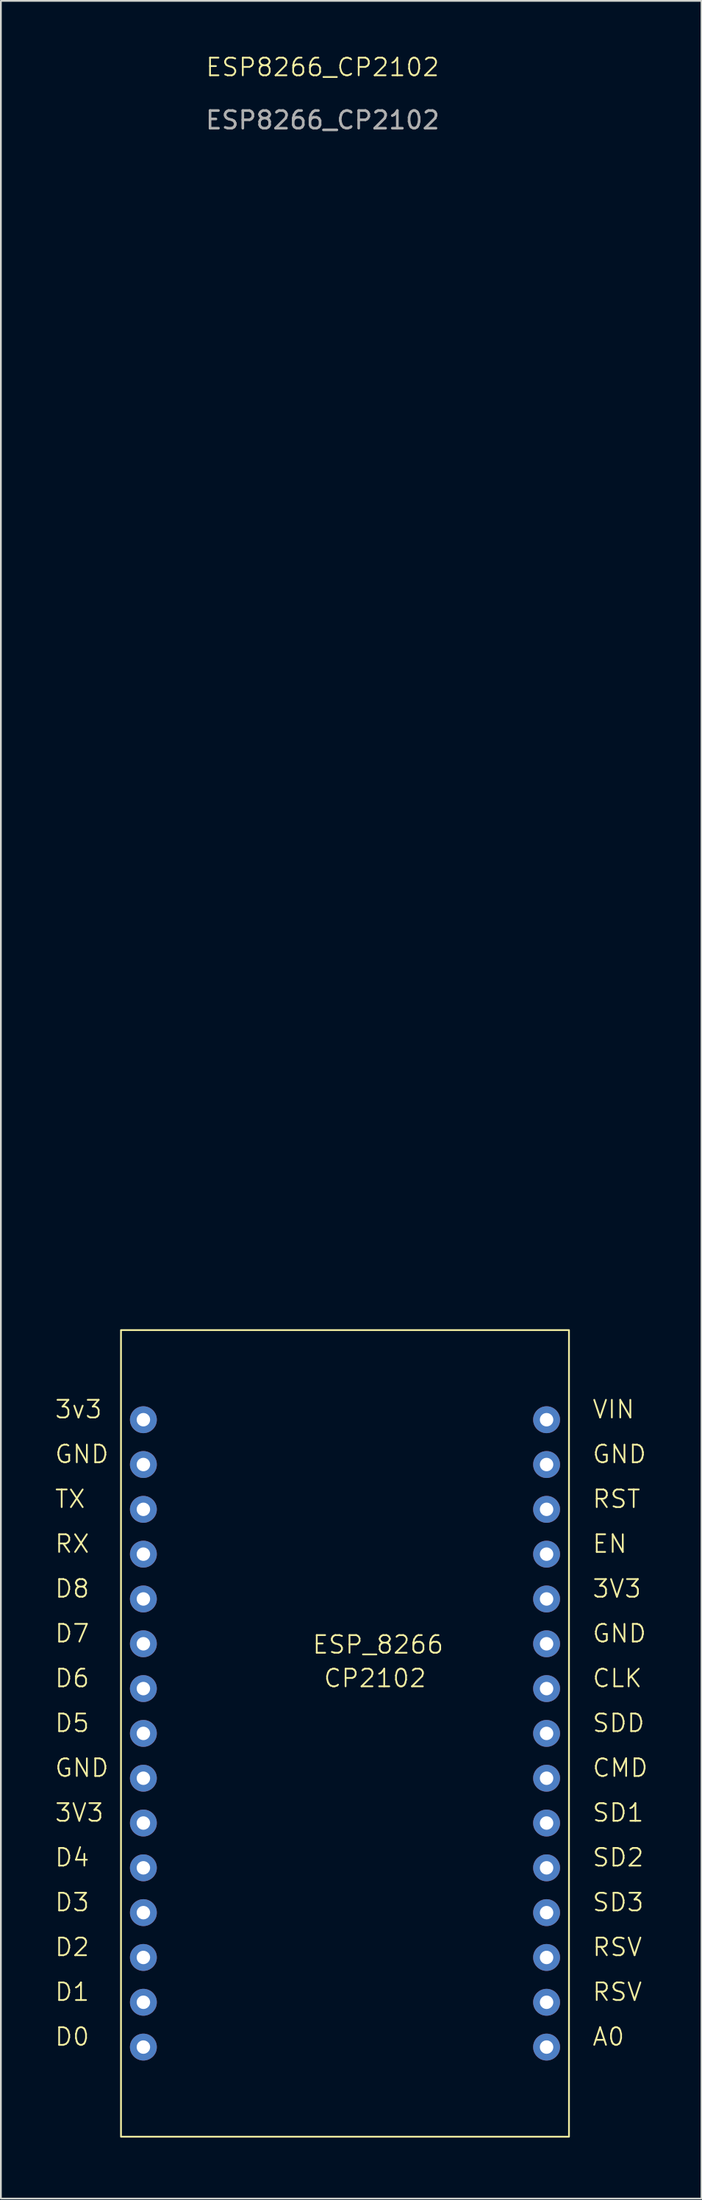
<source format=kicad_pcb>
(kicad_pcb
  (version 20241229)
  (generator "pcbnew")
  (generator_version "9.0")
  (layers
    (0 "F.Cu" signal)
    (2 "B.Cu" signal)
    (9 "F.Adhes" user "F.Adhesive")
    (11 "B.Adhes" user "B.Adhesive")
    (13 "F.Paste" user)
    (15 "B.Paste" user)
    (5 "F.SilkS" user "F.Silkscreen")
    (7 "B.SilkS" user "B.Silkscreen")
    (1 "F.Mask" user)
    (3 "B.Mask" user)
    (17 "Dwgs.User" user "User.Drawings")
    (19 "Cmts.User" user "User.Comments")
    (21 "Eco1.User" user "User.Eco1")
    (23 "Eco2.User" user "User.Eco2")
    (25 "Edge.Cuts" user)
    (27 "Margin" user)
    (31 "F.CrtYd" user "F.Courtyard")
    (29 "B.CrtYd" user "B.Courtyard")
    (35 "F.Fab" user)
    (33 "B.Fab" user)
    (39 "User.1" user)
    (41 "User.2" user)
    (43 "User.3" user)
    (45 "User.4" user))
  (footprint "ESP8266_CP2102"
    (layer "F.Cu")
    (at 17.78 95.201)
    (property "Reference" "ESP8266_CP2102" (at -2.54 -94.44 0) (unlocked yes) (layer "F.SilkS") (effects (font (size 1 1) (thickness 0.1))))
    (attr through_hole)
    (fp_rect (start -13.97 -22.86) (end 11.43 22.86) (stroke (width 0.1) (type default)) (fill no) (layer "F.SilkS"))
    (fp_rect (start -14.351 -23.266) (end 11.735 23.317) (stroke (width 0.1) (type default)) (fill no) (layer "Margin"))
    (fp_text user "D3" (at -17.78 10.16 0) (unlocked yes) (layer "F.SilkS") (effects (font (size 1 1) (thickness 0.1)) (justify left bottom)))
    (fp_text user "GND" (at 12.7 -5.08 0) (unlocked yes) (layer "F.SilkS") (effects (font (size 1 1) (thickness 0.1)) (justify left bottom)))
    (fp_text user "3v3" (at -17.78 -17.78 0) (unlocked yes) (layer "F.SilkS") (effects (font (size 1 1) (thickness 0.1)) (justify left bottom)))
    (fp_text user "CLK" (at 12.7 -2.54 0) (unlocked yes) (layer "F.SilkS") (effects (font (size 1 1) (thickness 0.1)) (justify left bottom)))
    (fp_text user "D5" (at -17.78 0 0) (unlocked yes) (layer "F.SilkS") (effects (font (size 1 1) (thickness 0.1)) (justify left bottom)))
    (fp_text user "RSV" (at 12.7 15.24 0) (unlocked yes) (layer "F.SilkS") (effects (font (size 1 1) (thickness 0.1)) (justify left bottom)))
    (fp_text user "D6" (at -17.78 -2.54 0) (unlocked yes) (layer "F.SilkS") (effects (font (size 1 1) (thickness 0.1)) (justify left bottom)))
    (fp_text user "GND" (at -17.78 -15.24 0) (unlocked yes) (layer "F.SilkS") (effects (font (size 1 1) (thickness 0.1)) (justify left bottom)))
    (fp_text user "RST" (at 12.7 -12.7 0) (unlocked yes) (layer "F.SilkS") (effects (font (size 1 1) (thickness 0.1)) (justify left bottom)))
    (fp_text user "D1" (at -17.78 15.24 0) (unlocked yes) (layer "F.SilkS") (effects (font (size 1 1) (thickness 0.1)) (justify left bottom)))
    (fp_text user "A0" (at 12.7 17.78 0) (unlocked yes) (layer "F.SilkS") (effects (font (size 1 1) (thickness 0.1)) (justify left bottom)))
    (fp_text user "D2" (at -17.78 12.7 0) (unlocked yes) (layer "F.SilkS") (effects (font (size 1 1) (thickness 0.1)) (justify left bottom)))
    (fp_text user "D4" (at -17.78 7.62 0) (unlocked yes) (layer "F.SilkS") (effects (font (size 1 1) (thickness 0.1)) (justify left bottom)))
    (fp_text user "CMD" (at 12.7 2.54 0) (unlocked yes) (layer "F.SilkS") (effects (font (size 1 1) (thickness 0.1)) (justify left bottom)))
    (fp_text user "VIN" (at 12.7 -17.78 0) (unlocked yes) (layer "F.SilkS") (effects (font (size 1 1) (thickness 0.1)) (justify left bottom)))
    (fp_text user "GND" (at -17.78 2.54 0) (unlocked yes) (layer "F.SilkS") (effects (font (size 1 1) (thickness 0.1)) (justify left bottom)))
    (fp_text user "D7" (at -17.78 -5.08 0) (unlocked yes) (layer "F.SilkS") (effects (font (size 1 1) (thickness 0.1)) (justify left bottom)))
    (fp_text user "3V3" (at -17.78 5.08 0) (unlocked yes) (layer "F.SilkS") (effects (font (size 1 1) (thickness 0.1)) (justify left bottom)))
    (fp_text user "D8" (at -17.78 -7.62 0) (unlocked yes) (layer "F.SilkS") (effects (font (size 1 1) (thickness 0.1)) (justify left bottom)))
    (fp_text user "TX" (at -17.78 -12.7 0) (unlocked yes) (layer "F.SilkS") (effects (font (size 1 1) (thickness 0.1)) (justify left bottom)))
    (fp_text user "EN" (at 12.7 -10.16 0) (unlocked yes) (layer "F.SilkS") (effects (font (size 1 1) (thickness 0.1)) (justify left bottom)))
    (fp_text user "RSV" (at 12.7 12.7 0) (unlocked yes) (layer "F.SilkS") (effects (font (size 1 1) (thickness 0.1)) (justify left bottom)))
    (fp_text user "SD2" (at 12.7 7.62 0) (unlocked yes) (layer "F.SilkS") (effects (font (size 1 1) (thickness 0.1)) (justify left bottom)))
    (fp_text user "D0" (at -17.78 17.78 0) (unlocked yes) (layer "F.SilkS") (effects (font (size 1 1) (thickness 0.1)) (justify left bottom)))
    (fp_text user "3V3" (at 12.7 -7.62 0) (unlocked yes) (layer "F.SilkS") (effects (font (size 1 1) (thickness 0.1)) (justify left bottom)))
    (fp_text user "GND" (at 12.7 -15.24 0) (unlocked yes) (layer "F.SilkS") (effects (font (size 1 1) (thickness 0.1)) (justify left bottom)))
    (fp_text user "SD1" (at 12.7 5.08 0) (unlocked yes) (layer "F.SilkS") (effects (font (size 1 1) (thickness 0.1)) (justify left bottom)))
    (fp_text user "ESP_8266" (at -3.175 -4.445 0) (unlocked yes) (layer "F.SilkS") (effects (font (size 1 1) (thickness 0.1)) (justify left bottom)))
    (fp_text user "CP2102" (at -2.54 -2.54 0) (unlocked yes) (layer "F.SilkS") (effects (font (size 1 1) (thickness 0.1)) (justify left bottom)))
    (fp_text user "RX" (at -17.78 -10.16 0) (unlocked yes) (layer "F.SilkS") (effects (font (size 1 1) (thickness 0.1)) (justify left bottom)))
    (fp_text user "SDD" (at 12.7 0 0) (unlocked yes) (layer "F.SilkS") (effects (font (size 1 1) (thickness 0.1)) (justify left bottom)))
    (fp_text user "SD3" (at 12.7 10.16 0) (unlocked yes) (layer "F.SilkS") (effects (font (size 1 1) (thickness 0.1)) (justify left bottom)))
    (fp_text user "${REFERENCE}" (at -2.54 -91.44 0) (unlocked yes) (layer "F.Fab") (effects (font (size 1 1) (thickness 0.15))))
    (pad "1" thru_hole circle (at -12.7 -17.78) (size 1.524 1.524) (drill 0.762) (layers "*.Cu" "*.Mask"))
    (pad "2" thru_hole circle (at -12.7 -15.24) (size 1.524 1.524) (drill 0.762) (layers "*.Cu" "*.Mask"))
    (pad "3" thru_hole circle (at -12.7 -12.7) (size 1.524 1.524) (drill 0.762) (layers "*.Cu" "*.Mask"))
    (pad "4" thru_hole circle (at -12.7 -10.16) (size 1.524 1.524) (drill 0.762) (layers "*.Cu" "*.Mask"))
    (pad "5" thru_hole circle (at -12.7 -7.62) (size 1.524 1.524) (drill 0.762) (layers "*.Cu" "*.Mask"))
    (pad "6" thru_hole circle (at -12.7 -5.08) (size 1.524 1.524) (drill 0.762) (layers "*.Cu" "*.Mask"))
    (pad "7" thru_hole circle (at -12.7 -2.54) (size 1.524 1.524) (drill 0.762) (layers "*.Cu" "*.Mask"))
    (pad "8" thru_hole circle (at -12.7 0) (size 1.524 1.524) (drill 0.762) (layers "*.Cu" "*.Mask"))
    (pad "9" thru_hole circle (at -12.7 2.54) (size 1.524 1.524) (drill 0.762) (layers "*.Cu" "*.Mask"))
    (pad "10" thru_hole circle (at -12.7 5.08) (size 1.524 1.524) (drill 0.762) (layers "*.Cu" "*.Mask"))
    (pad "11" thru_hole circle (at -12.7 7.62) (size 1.524 1.524) (drill 0.762) (layers "*.Cu" "*.Mask"))
    (pad "12" thru_hole circle (at -12.7 10.16) (size 1.524 1.524) (drill 0.762) (layers "*.Cu" "*.Mask"))
    (pad "13" thru_hole circle (at -12.7 12.7) (size 1.524 1.524) (drill 0.762) (layers "*.Cu" "*.Mask"))
    (pad "14" thru_hole circle (at -12.7 15.24) (size 1.524 1.524) (drill 0.762) (layers "*.Cu" "*.Mask"))
    (pad "15" thru_hole circle (at -12.7 17.78) (size 1.524 1.524) (drill 0.762) (layers "*.Cu" "*.Mask"))
    (pad "16" thru_hole circle (at 10.16 17.78) (size 1.524 1.524) (drill 0.762) (layers "*.Cu" "*.Mask"))
    (pad "17" thru_hole circle (at 10.16 15.24) (size 1.524 1.524) (drill 0.762) (layers "*.Cu" "*.Mask"))
    (pad "18" thru_hole circle (at 10.16 12.7) (size 1.524 1.524) (drill 0.762) (layers "*.Cu" "*.Mask"))
    (pad "20" thru_hole circle (at 10.16 10.16) (size 1.524 1.524) (drill 0.762) (layers "*.Cu" "*.Mask"))
    (pad "21" thru_hole circle (at 10.16 7.62) (size 1.524 1.524) (drill 0.762) (layers "*.Cu" "*.Mask"))
    (pad "22" thru_hole circle (at 10.16 5.08) (size 1.524 1.524) (drill 0.762) (layers "*.Cu" "*.Mask"))
    (pad "23" thru_hole circle (at 10.16 2.54) (size 1.524 1.524) (drill 0.762) (layers "*.Cu" "*.Mask"))
    (pad "24" thru_hole circle (at 10.16 0) (size 1.524 1.524) (drill 0.762) (layers "*.Cu" "*.Mask"))
    (pad "25" thru_hole circle (at 10.16 -2.54) (size 1.524 1.524) (drill 0.762) (layers "*.Cu" "*.Mask"))
    (pad "26" thru_hole circle (at 10.16 -5.08) (size 1.524 1.524) (drill 0.762) (layers "*.Cu" "*.Mask"))
    (pad "27" thru_hole circle (at 10.16 -7.62) (size 1.524 1.524) (drill 0.762) (layers "*.Cu" "*.Mask"))
    (pad "28" thru_hole circle (at 10.16 -10.16) (size 1.524 1.524) (drill 0.762) (layers "*.Cu" "*.Mask"))
    (pad "29" thru_hole circle (at 10.16 -12.7) (size 1.524 1.524) (drill 0.762) (layers "*.Cu" "*.Mask"))
    (pad "30" thru_hole circle (at 10.16 -15.24) (size 1.524 1.524) (drill 0.762) (layers "*.Cu" "*.Mask"))
    (pad "31" thru_hole circle (at 10.16 -17.78) (size 1.524 1.524) (drill 0.762) (layers "*.Cu" "*.Mask")))
  (gr_rect
    (start -3 -3)
    (end 36.723 121.568)
    (stroke (width 0.1) (type default))
    (fill no)
    (layer "Edge.Cuts")))
</source>
